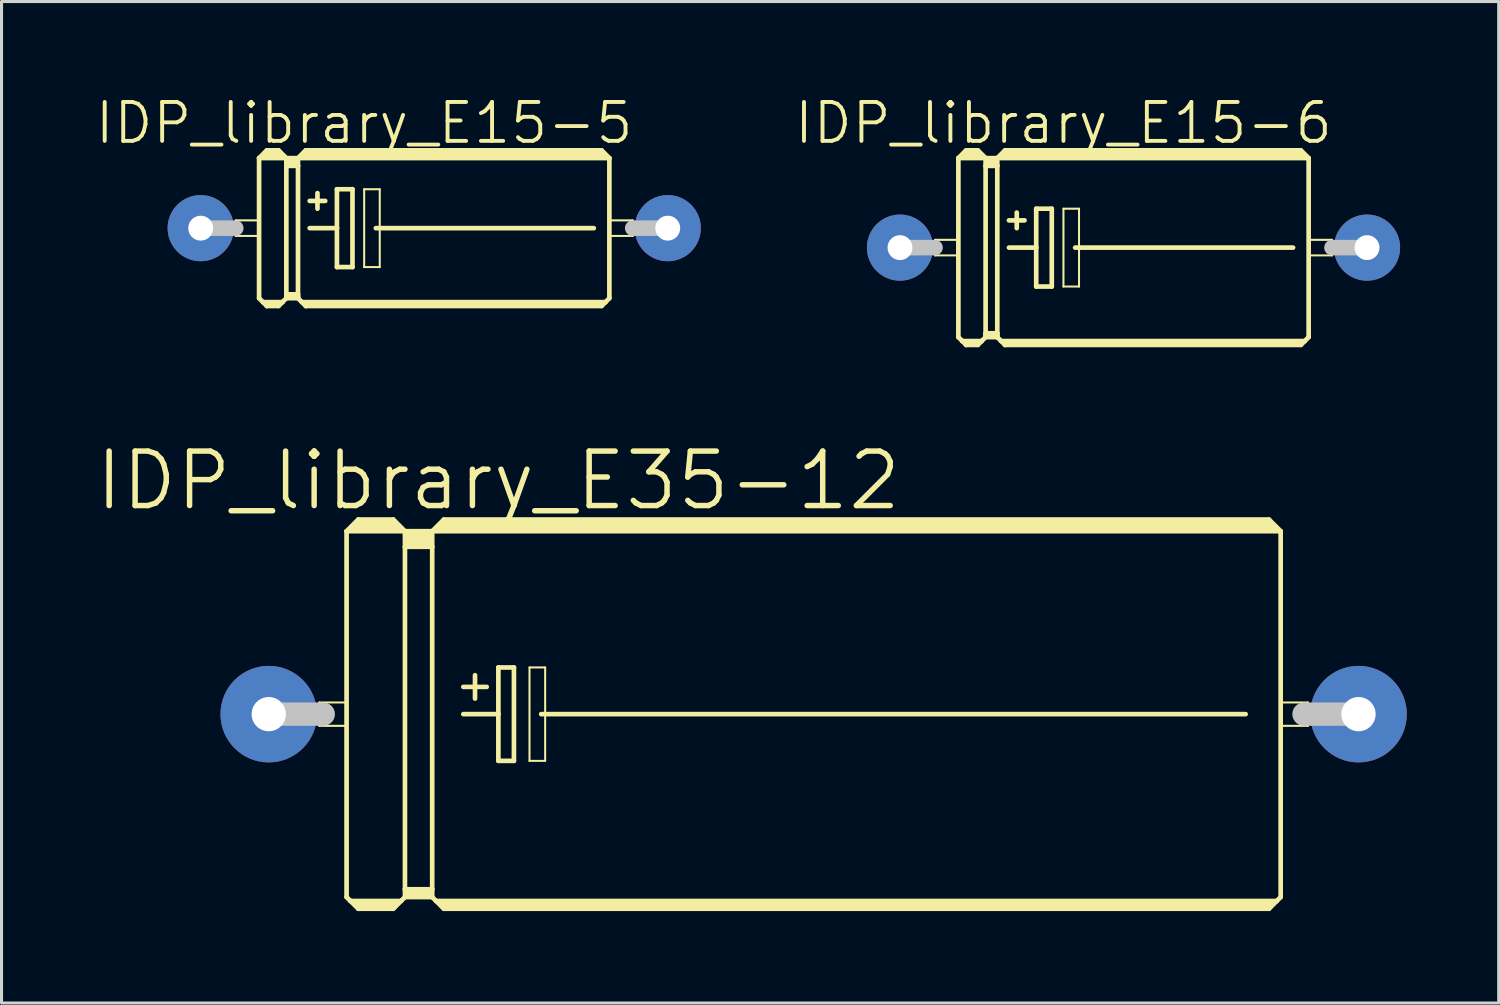
<source format=kicad_pcb>
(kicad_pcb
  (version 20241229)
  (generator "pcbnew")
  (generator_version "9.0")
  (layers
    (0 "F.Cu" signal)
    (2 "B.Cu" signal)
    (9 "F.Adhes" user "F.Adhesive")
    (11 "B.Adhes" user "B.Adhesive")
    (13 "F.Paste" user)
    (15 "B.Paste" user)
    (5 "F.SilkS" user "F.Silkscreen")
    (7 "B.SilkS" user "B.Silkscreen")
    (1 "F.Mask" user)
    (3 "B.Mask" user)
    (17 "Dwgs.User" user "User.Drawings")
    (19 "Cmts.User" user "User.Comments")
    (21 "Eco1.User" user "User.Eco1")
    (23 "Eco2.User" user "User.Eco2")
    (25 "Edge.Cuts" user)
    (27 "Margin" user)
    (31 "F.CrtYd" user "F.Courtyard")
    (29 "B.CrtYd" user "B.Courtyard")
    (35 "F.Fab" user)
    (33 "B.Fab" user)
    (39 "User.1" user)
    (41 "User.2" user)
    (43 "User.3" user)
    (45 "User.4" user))
  (footprint "IDP_library_E15-6"
    (layer "F.Cu")
    (at 33.937 5.03)
    (property "Reference" "IDP_library_E15-6" (at -2.286 -4.064 0) (layer "F.SilkS") (effects (font (size 1.27 1.27) (thickness 0.127))))
    (attr exclude_from_pos_files exclude_from_bom)
    (fp_line (start -6.477 -0.254) (end -5.715 -0.254) (stroke (width 0.066) (type solid)) (layer "F.SilkS"))
    (fp_line (start -6.477 0.254) (end -6.477 -0.254) (stroke (width 0.066) (type solid)) (layer "F.SilkS"))
    (fp_line (start -6.477 0.254) (end -5.715 0.254) (stroke (width 0.066) (type solid)) (layer "F.SilkS"))
    (fp_line (start -5.715 -2.921) (end -4.826 -2.921) (stroke (width 0.152) (type solid)) (layer "F.SilkS"))
    (fp_line (start -5.715 0.254) (end -5.715 -0.254) (stroke (width 0.066) (type solid)) (layer "F.SilkS"))
    (fp_line (start -5.715 2.921) (end -5.715 -2.921) (stroke (width 0.152) (type solid)) (layer "F.SilkS"))
    (fp_line (start -5.715 2.921) (end -5.588 3.048) (stroke (width 0.152) (type solid)) (layer "F.SilkS"))
    (fp_line (start -5.588 3.048) (end -5.461 3.175) (stroke (width 0.152) (type solid)) (layer "F.SilkS"))
    (fp_line (start -5.588 3.048) (end -4.953 3.048) (stroke (width 0.152) (type solid)) (layer "F.SilkS"))
    (fp_line (start -5.461 -3.175) (end -5.715 -2.921) (stroke (width 0.152) (type solid)) (layer "F.SilkS"))
    (fp_line (start -5.461 -3.175) (end -5.08 -3.175) (stroke (width 0.152) (type solid)) (layer "F.SilkS"))
    (fp_line (start -5.461 -3.048) (end -5.08 -3.048) (stroke (width 0.305) (type solid)) (layer "F.SilkS"))
    (fp_line (start -5.461 3.124) (end -5.461 3.175) (stroke (width 0.152) (type solid)) (layer "F.SilkS"))
    (fp_line (start -5.461 3.175) (end -5.08 3.175) (stroke (width 0.152) (type solid)) (layer "F.SilkS"))
    (fp_line (start -5.08 -3.175) (end -4.826 -2.921) (stroke (width 0.152) (type solid)) (layer "F.SilkS"))
    (fp_line (start -5.08 3.124) (end -5.461 3.124) (stroke (width 0.152) (type solid)) (layer "F.SilkS"))
    (fp_line (start -5.08 3.175) (end -4.953 3.048) (stroke (width 0.152) (type solid)) (layer "F.SilkS"))
    (fp_line (start -4.953 3.048) (end -4.826 2.921) (stroke (width 0.152) (type solid)) (layer "F.SilkS"))
    (fp_line (start -4.826 -2.921) (end -4.826 -2.667) (stroke (width 0.152) (type solid)) (layer "F.SilkS"))
    (fp_line (start -4.826 -2.921) (end -4.445 -2.921) (stroke (width 0.152) (type solid)) (layer "F.SilkS"))
    (fp_line (start -4.826 -2.667) (end -4.826 2.794) (stroke (width 0.152) (type solid)) (layer "F.SilkS"))
    (fp_line (start -4.826 -2.667) (end -4.445 -2.667) (stroke (width 0.152) (type solid)) (layer "F.SilkS"))
    (fp_line (start -4.826 2.794) (end -4.826 2.87) (stroke (width 0.152) (type solid)) (layer "F.SilkS"))
    (fp_line (start -4.826 2.794) (end -4.445 2.794) (stroke (width 0.152) (type solid)) (layer "F.SilkS"))
    (fp_line (start -4.826 2.87) (end -4.826 2.921) (stroke (width 0.152) (type solid)) (layer "F.SilkS"))
    (fp_line (start -4.826 2.921) (end -4.445 2.921) (stroke (width 0.152) (type solid)) (layer "F.SilkS"))
    (fp_line (start -4.699 -2.794) (end -4.572 -2.794) (stroke (width 0.305) (type solid)) (layer "F.SilkS"))
    (fp_line (start -4.445 -2.921) (end -4.445 -2.667) (stroke (width 0.152) (type solid)) (layer "F.SilkS"))
    (fp_line (start -4.445 -2.921) (end -4.191 -3.175) (stroke (width 0.152) (type solid)) (layer "F.SilkS"))
    (fp_line (start -4.445 -2.921) (end 5.715 -2.921) (stroke (width 0.152) (type solid)) (layer "F.SilkS"))
    (fp_line (start -4.445 -2.667) (end -4.445 2.794) (stroke (width 0.152) (type solid)) (layer "F.SilkS"))
    (fp_line (start -4.445 2.794) (end -4.445 2.87) (stroke (width 0.152) (type solid)) (layer "F.SilkS"))
    (fp_line (start -4.445 2.87) (end -4.826 2.87) (stroke (width 0.152) (type solid)) (layer "F.SilkS"))
    (fp_line (start -4.445 2.87) (end -4.445 2.921) (stroke (width 0.152) (type solid)) (layer "F.SilkS"))
    (fp_line (start -4.445 2.921) (end -4.318 3.048) (stroke (width 0.152) (type solid)) (layer "F.SilkS"))
    (fp_line (start -4.318 3.048) (end -4.191 3.175) (stroke (width 0.152) (type solid)) (layer "F.SilkS"))
    (fp_line (start -4.318 3.048) (end 5.588 3.048) (stroke (width 0.152) (type solid)) (layer "F.SilkS"))
    (fp_line (start -4.191 -3.175) (end 5.461 -3.175) (stroke (width 0.152) (type solid)) (layer "F.SilkS"))
    (fp_line (start -4.191 -3.048) (end 5.461 -3.048) (stroke (width 0.305) (type solid)) (layer "F.SilkS"))
    (fp_line (start -4.191 3.124) (end -4.191 3.175) (stroke (width 0.152) (type solid)) (layer "F.SilkS"))
    (fp_line (start -4.191 3.175) (end 5.461 3.175) (stroke (width 0.152) (type solid)) (layer "F.SilkS"))
    (fp_line (start -4.064 -0.889) (end -3.556 -0.889) (stroke (width 0.152) (type solid)) (layer "F.SilkS"))
    (fp_line (start -4.064 0) (end -3.175 0) (stroke (width 0.152) (type solid)) (layer "F.SilkS"))
    (fp_line (start -3.81 -1.143) (end -3.81 -0.635) (stroke (width 0.152) (type solid)) (layer "F.SilkS"))
    (fp_line (start -3.175 -1.27) (end -3.175 0) (stroke (width 0.152) (type solid)) (layer "F.SilkS"))
    (fp_line (start -3.175 0) (end -3.175 1.27) (stroke (width 0.152) (type solid)) (layer "F.SilkS"))
    (fp_line (start -3.175 1.27) (end -2.667 1.27) (stroke (width 0.152) (type solid)) (layer "F.SilkS"))
    (fp_line (start -2.667 -1.27) (end -3.175 -1.27) (stroke (width 0.152) (type solid)) (layer "F.SilkS"))
    (fp_line (start -2.667 1.27) (end -2.667 -1.27) (stroke (width 0.152) (type solid)) (layer "F.SilkS"))
    (fp_line (start -2.286 -1.27) (end -1.778 -1.27) (stroke (width 0.066) (type solid)) (layer "F.SilkS"))
    (fp_line (start -2.286 1.27) (end -2.286 -1.27) (stroke (width 0.066) (type solid)) (layer "F.SilkS"))
    (fp_line (start -2.286 1.27) (end -1.778 1.27) (stroke (width 0.066) (type solid)) (layer "F.SilkS"))
    (fp_line (start -1.905 0) (end 5.207 0) (stroke (width 0.152) (type solid)) (layer "F.SilkS"))
    (fp_line (start -1.778 1.27) (end -1.778 -1.27) (stroke (width 0.066) (type solid)) (layer "F.SilkS"))
    (fp_line (start 5.461 3.124) (end -4.191 3.124) (stroke (width 0.152) (type solid)) (layer "F.SilkS"))
    (fp_line (start 5.588 3.048) (end 5.461 3.175) (stroke (width 0.152) (type solid)) (layer "F.SilkS"))
    (fp_line (start 5.715 -2.921) (end 5.461 -3.175) (stroke (width 0.152) (type solid)) (layer "F.SilkS"))
    (fp_line (start 5.715 -2.921) (end 5.715 2.921) (stroke (width 0.152) (type solid)) (layer "F.SilkS"))
    (fp_line (start 5.715 -0.254) (end 6.477 -0.254) (stroke (width 0.066) (type solid)) (layer "F.SilkS"))
    (fp_line (start 5.715 0.254) (end 5.715 -0.254) (stroke (width 0.066) (type solid)) (layer "F.SilkS"))
    (fp_line (start 5.715 0.254) (end 6.477 0.254) (stroke (width 0.066) (type solid)) (layer "F.SilkS"))
    (fp_line (start 5.715 2.921) (end 5.588 3.048) (stroke (width 0.152) (type solid)) (layer "F.SilkS"))
    (fp_line (start 6.477 0.254) (end 6.477 -0.254) (stroke (width 0.066) (type solid)) (layer "F.SilkS"))
    (fp_line (start -7.62 0) (end -6.477 0) (stroke (width 0.508) (type solid)) (layer "Dwgs.User"))
    (fp_line (start 7.62 0) (end 6.477 0) (stroke (width 0.508) (type solid)) (layer "Dwgs.User"))
    (pad "+" thru_hole circle (at -7.62 0) (size 2.159 2.159) (drill 0.813) (layers "*.Cu" "*.Paste" "*.Mask"))
    (pad "-" thru_hole circle (at 7.62 0) (size 2.159 2.159) (drill 0.813) (layers "*.Cu" "*.Paste" "*.Mask")))
  (footprint "IDP_library_E35-12"
    (layer "F.Cu")
    (at 23.499 20.253)
    (property "Reference" "IDP_library_E35-12" (at -10.287 -7.62 0) (layer "F.SilkS") (effects (font (size 1.778 1.778) (thickness 0.178))))
    (attr exclude_from_pos_files exclude_from_bom)
    (fp_line (start -16.129 -0.381) (end -15.24 -0.381) (stroke (width 0.066) (type solid)) (layer "F.SilkS"))
    (fp_line (start -16.129 0.381) (end -16.129 -0.381) (stroke (width 0.066) (type solid)) (layer "F.SilkS"))
    (fp_line (start -16.129 0.381) (end -15.24 0.381) (stroke (width 0.066) (type solid)) (layer "F.SilkS"))
    (fp_line (start -15.24 -5.969) (end -15.24 5.969) (stroke (width 0.152) (type solid)) (layer "F.SilkS"))
    (fp_line (start -15.24 -5.969) (end -14.859 -6.35) (stroke (width 0.152) (type solid)) (layer "F.SilkS"))
    (fp_line (start -15.24 -5.969) (end -13.335 -5.969) (stroke (width 0.152) (type solid)) (layer "F.SilkS"))
    (fp_line (start -15.24 0.381) (end -15.24 -0.381) (stroke (width 0.066) (type solid)) (layer "F.SilkS"))
    (fp_line (start -15.24 5.969) (end -15.113 6.096) (stroke (width 0.152) (type solid)) (layer "F.SilkS"))
    (fp_line (start -15.113 6.096) (end -14.859 6.35) (stroke (width 0.152) (type solid)) (layer "F.SilkS"))
    (fp_line (start -15.113 6.096) (end -13.462 6.096) (stroke (width 0.152) (type solid)) (layer "F.SilkS"))
    (fp_line (start -14.986 -6.096) (end -13.589 -6.096) (stroke (width 0.305) (type solid)) (layer "F.SilkS"))
    (fp_line (start -14.859 -6.35) (end -13.716 -6.35) (stroke (width 0.152) (type solid)) (layer "F.SilkS"))
    (fp_line (start -14.859 -6.223) (end -13.716 -6.223) (stroke (width 0.305) (type solid)) (layer "F.SilkS"))
    (fp_line (start -14.859 6.223) (end -13.716 6.223) (stroke (width 0.305) (type solid)) (layer "F.SilkS"))
    (fp_line (start -14.859 6.35) (end -13.716 6.35) (stroke (width 0.152) (type solid)) (layer "F.SilkS"))
    (fp_line (start -13.462 6.096) (end -13.716 6.35) (stroke (width 0.152) (type solid)) (layer "F.SilkS"))
    (fp_line (start -13.335 -5.969) (end -13.716 -6.35) (stroke (width 0.152) (type solid)) (layer "F.SilkS"))
    (fp_line (start -13.335 -5.969) (end -13.335 -5.461) (stroke (width 0.152) (type solid)) (layer "F.SilkS"))
    (fp_line (start -13.335 -5.969) (end -12.446 -5.969) (stroke (width 0.152) (type solid)) (layer "F.SilkS"))
    (fp_line (start -13.335 -5.461) (end -13.335 5.715) (stroke (width 0.152) (type solid)) (layer "F.SilkS"))
    (fp_line (start -13.335 -5.461) (end -12.446 -5.461) (stroke (width 0.152) (type solid)) (layer "F.SilkS"))
    (fp_line (start -13.335 5.715) (end -13.335 5.969) (stroke (width 0.152) (type solid)) (layer "F.SilkS"))
    (fp_line (start -13.335 5.715) (end -12.446 5.715) (stroke (width 0.152) (type solid)) (layer "F.SilkS"))
    (fp_line (start -13.335 5.969) (end -13.462 6.096) (stroke (width 0.152) (type solid)) (layer "F.SilkS"))
    (fp_line (start -13.335 5.969) (end -12.446 5.969) (stroke (width 0.152) (type solid)) (layer "F.SilkS"))
    (fp_line (start -13.208 -5.842) (end -12.573 -5.842) (stroke (width 0.305) (type solid)) (layer "F.SilkS"))
    (fp_line (start -13.208 -5.588) (end -12.573 -5.588) (stroke (width 0.305) (type solid)) (layer "F.SilkS"))
    (fp_line (start -13.208 5.842) (end -12.573 5.842) (stroke (width 0.305) (type solid)) (layer "F.SilkS"))
    (fp_line (start -12.446 -5.969) (end -12.446 -5.461) (stroke (width 0.152) (type solid)) (layer "F.SilkS"))
    (fp_line (start -12.446 -5.969) (end -12.065 -6.35) (stroke (width 0.152) (type solid)) (layer "F.SilkS"))
    (fp_line (start -12.446 -5.969) (end 15.24 -5.969) (stroke (width 0.152) (type solid)) (layer "F.SilkS"))
    (fp_line (start -12.446 -5.461) (end -12.446 5.715) (stroke (width 0.152) (type solid)) (layer "F.SilkS"))
    (fp_line (start -12.446 5.715) (end -12.446 5.969) (stroke (width 0.152) (type solid)) (layer "F.SilkS"))
    (fp_line (start -12.319 6.096) (end -12.446 5.969) (stroke (width 0.152) (type solid)) (layer "F.SilkS"))
    (fp_line (start -12.319 6.096) (end 15.113 6.096) (stroke (width 0.152) (type solid)) (layer "F.SilkS"))
    (fp_line (start -12.192 -6.096) (end 14.986 -6.096) (stroke (width 0.305) (type solid)) (layer "F.SilkS"))
    (fp_line (start -12.065 -6.223) (end 14.859 -6.223) (stroke (width 0.305) (type solid)) (layer "F.SilkS"))
    (fp_line (start -12.065 6.223) (end 14.859 6.223) (stroke (width 0.305) (type solid)) (layer "F.SilkS"))
    (fp_line (start -12.065 6.35) (end -12.319 6.096) (stroke (width 0.152) (type solid)) (layer "F.SilkS"))
    (fp_line (start -11.43 -0.889) (end -10.668 -0.889) (stroke (width 0.152) (type solid)) (layer "F.SilkS"))
    (fp_line (start -11.43 0) (end -10.287 0) (stroke (width 0.152) (type solid)) (layer "F.SilkS"))
    (fp_line (start -11.049 -1.27) (end -11.049 -0.508) (stroke (width 0.152) (type solid)) (layer "F.SilkS"))
    (fp_line (start -10.287 -1.524) (end -10.287 0) (stroke (width 0.152) (type solid)) (layer "F.SilkS"))
    (fp_line (start -10.287 0) (end -10.287 1.524) (stroke (width 0.152) (type solid)) (layer "F.SilkS"))
    (fp_line (start -10.287 1.524) (end -9.779 1.524) (stroke (width 0.152) (type solid)) (layer "F.SilkS"))
    (fp_line (start -9.779 -1.524) (end -10.287 -1.524) (stroke (width 0.152) (type solid)) (layer "F.SilkS"))
    (fp_line (start -9.779 1.524) (end -9.779 -1.524) (stroke (width 0.152) (type solid)) (layer "F.SilkS"))
    (fp_line (start -9.271 -1.524) (end -8.76 -1.524) (stroke (width 0.066) (type solid)) (layer "F.SilkS"))
    (fp_line (start -9.271 1.524) (end -9.271 -1.524) (stroke (width 0.066) (type solid)) (layer "F.SilkS"))
    (fp_line (start -9.271 1.524) (end -8.76 1.524) (stroke (width 0.066) (type solid)) (layer "F.SilkS"))
    (fp_line (start -8.89 0) (end 14.097 0) (stroke (width 0.152) (type solid)) (layer "F.SilkS"))
    (fp_line (start -8.76 1.524) (end -8.76 -1.524) (stroke (width 0.066) (type solid)) (layer "F.SilkS"))
    (fp_line (start 14.859 -6.35) (end -12.065 -6.35) (stroke (width 0.152) (type solid)) (layer "F.SilkS"))
    (fp_line (start 14.859 6.35) (end -12.065 6.35) (stroke (width 0.152) (type solid)) (layer "F.SilkS"))
    (fp_line (start 15.113 6.096) (end 14.859 6.35) (stroke (width 0.152) (type solid)) (layer "F.SilkS"))
    (fp_line (start 15.24 -5.969) (end 14.859 -6.35) (stroke (width 0.152) (type solid)) (layer "F.SilkS"))
    (fp_line (start 15.24 -5.969) (end 15.24 5.969) (stroke (width 0.152) (type solid)) (layer "F.SilkS"))
    (fp_line (start 15.24 -0.381) (end 16.129 -0.381) (stroke (width 0.066) (type solid)) (layer "F.SilkS"))
    (fp_line (start 15.24 0.381) (end 15.24 -0.381) (stroke (width 0.066) (type solid)) (layer "F.SilkS"))
    (fp_line (start 15.24 0.381) (end 16.129 0.381) (stroke (width 0.066) (type solid)) (layer "F.SilkS"))
    (fp_line (start 15.24 5.969) (end 15.113 6.096) (stroke (width 0.152) (type solid)) (layer "F.SilkS"))
    (fp_line (start 16.129 0.381) (end 16.129 -0.381) (stroke (width 0.066) (type solid)) (layer "F.SilkS"))
    (fp_line (start -17.78 0) (end -16.002 0) (stroke (width 0.762) (type solid)) (layer "Dwgs.User"))
    (fp_line (start 17.78 0) (end 16.002 0) (stroke (width 0.762) (type solid)) (layer "Dwgs.User"))
    (pad "+" thru_hole circle (at -17.78 0) (size 3.15 3.15) (drill 1.118) (layers "*.Cu" "*.Paste" "*.Mask"))
    (pad "-" thru_hole circle (at 17.78 0) (size 3.15 3.15) (drill 1.118) (layers "*.Cu" "*.Paste" "*.Mask")))
  (footprint "IDP_library_E15-5"
    (layer "F.Cu")
    (at 11.119 4.395)
    (property "Reference" "IDP_library_E15-5" (at -2.286 -3.429 0) (layer "F.SilkS") (effects (font (size 1.27 1.27) (thickness 0.127))))
    (attr exclude_from_pos_files exclude_from_bom)
    (fp_line (start -6.477 -0.254) (end -5.715 -0.254) (stroke (width 0.066) (type solid)) (layer "F.SilkS"))
    (fp_line (start -6.477 0.254) (end -6.477 -0.254) (stroke (width 0.066) (type solid)) (layer "F.SilkS"))
    (fp_line (start -6.477 0.254) (end -5.715 0.254) (stroke (width 0.066) (type solid)) (layer "F.SilkS"))
    (fp_line (start -5.715 -2.286) (end -4.826 -2.286) (stroke (width 0.152) (type solid)) (layer "F.SilkS"))
    (fp_line (start -5.715 0.254) (end -5.715 -0.254) (stroke (width 0.066) (type solid)) (layer "F.SilkS"))
    (fp_line (start -5.715 2.286) (end -5.715 -2.286) (stroke (width 0.152) (type solid)) (layer "F.SilkS"))
    (fp_line (start -5.715 2.286) (end -5.588 2.413) (stroke (width 0.152) (type solid)) (layer "F.SilkS"))
    (fp_line (start -5.588 2.413) (end -5.461 2.54) (stroke (width 0.152) (type solid)) (layer "F.SilkS"))
    (fp_line (start -5.588 2.413) (end -4.953 2.413) (stroke (width 0.152) (type solid)) (layer "F.SilkS"))
    (fp_line (start -5.461 -2.54) (end -5.715 -2.286) (stroke (width 0.152) (type solid)) (layer "F.SilkS"))
    (fp_line (start -5.461 -2.54) (end -5.08 -2.54) (stroke (width 0.152) (type solid)) (layer "F.SilkS"))
    (fp_line (start -5.461 -2.413) (end -5.08 -2.413) (stroke (width 0.305) (type solid)) (layer "F.SilkS"))
    (fp_line (start -5.461 2.489) (end -5.461 2.54) (stroke (width 0.152) (type solid)) (layer "F.SilkS"))
    (fp_line (start -5.461 2.54) (end -5.08 2.54) (stroke (width 0.152) (type solid)) (layer "F.SilkS"))
    (fp_line (start -5.08 -2.54) (end -4.826 -2.286) (stroke (width 0.152) (type solid)) (layer "F.SilkS"))
    (fp_line (start -5.08 2.489) (end -5.461 2.489) (stroke (width 0.152) (type solid)) (layer "F.SilkS"))
    (fp_line (start -5.08 2.54) (end -4.953 2.413) (stroke (width 0.152) (type solid)) (layer "F.SilkS"))
    (fp_line (start -4.953 2.413) (end -4.826 2.286) (stroke (width 0.152) (type solid)) (layer "F.SilkS"))
    (fp_line (start -4.826 -2.286) (end -4.826 -2.032) (stroke (width 0.152) (type solid)) (layer "F.SilkS"))
    (fp_line (start -4.826 -2.286) (end -4.445 -2.286) (stroke (width 0.152) (type solid)) (layer "F.SilkS"))
    (fp_line (start -4.826 -2.032) (end -4.826 2.159) (stroke (width 0.152) (type solid)) (layer "F.SilkS"))
    (fp_line (start -4.826 -2.032) (end -4.445 -2.032) (stroke (width 0.152) (type solid)) (layer "F.SilkS"))
    (fp_line (start -4.826 2.159) (end -4.826 2.235) (stroke (width 0.152) (type solid)) (layer "F.SilkS"))
    (fp_line (start -4.826 2.159) (end -4.445 2.159) (stroke (width 0.152) (type solid)) (layer "F.SilkS"))
    (fp_line (start -4.826 2.235) (end -4.826 2.286) (stroke (width 0.152) (type solid)) (layer "F.SilkS"))
    (fp_line (start -4.826 2.286) (end -4.445 2.286) (stroke (width 0.152) (type solid)) (layer "F.SilkS"))
    (fp_line (start -4.699 -2.159) (end -4.572 -2.159) (stroke (width 0.305) (type solid)) (layer "F.SilkS"))
    (fp_line (start -4.445 -2.286) (end -4.445 -2.032) (stroke (width 0.152) (type solid)) (layer "F.SilkS"))
    (fp_line (start -4.445 -2.286) (end -4.191 -2.54) (stroke (width 0.152) (type solid)) (layer "F.SilkS"))
    (fp_line (start -4.445 -2.286) (end 5.715 -2.286) (stroke (width 0.152) (type solid)) (layer "F.SilkS"))
    (fp_line (start -4.445 -2.032) (end -4.445 2.159) (stroke (width 0.152) (type solid)) (layer "F.SilkS"))
    (fp_line (start -4.445 2.159) (end -4.445 2.235) (stroke (width 0.152) (type solid)) (layer "F.SilkS"))
    (fp_line (start -4.445 2.235) (end -4.826 2.235) (stroke (width 0.152) (type solid)) (layer "F.SilkS"))
    (fp_line (start -4.445 2.235) (end -4.445 2.286) (stroke (width 0.152) (type solid)) (layer "F.SilkS"))
    (fp_line (start -4.445 2.286) (end -4.318 2.413) (stroke (width 0.152) (type solid)) (layer "F.SilkS"))
    (fp_line (start -4.318 2.413) (end -4.191 2.54) (stroke (width 0.152) (type solid)) (layer "F.SilkS"))
    (fp_line (start -4.318 2.413) (end 5.588 2.413) (stroke (width 0.152) (type solid)) (layer "F.SilkS"))
    (fp_line (start -4.191 -2.54) (end 5.461 -2.54) (stroke (width 0.152) (type solid)) (layer "F.SilkS"))
    (fp_line (start -4.191 -2.413) (end 5.461 -2.413) (stroke (width 0.305) (type solid)) (layer "F.SilkS"))
    (fp_line (start -4.191 2.489) (end -4.191 2.54) (stroke (width 0.152) (type solid)) (layer "F.SilkS"))
    (fp_line (start -4.191 2.54) (end 5.461 2.54) (stroke (width 0.152) (type solid)) (layer "F.SilkS"))
    (fp_line (start -4.064 -0.889) (end -3.556 -0.889) (stroke (width 0.152) (type solid)) (layer "F.SilkS"))
    (fp_line (start -4.064 0) (end -3.175 0) (stroke (width 0.152) (type solid)) (layer "F.SilkS"))
    (fp_line (start -3.81 -1.143) (end -3.81 -0.635) (stroke (width 0.152) (type solid)) (layer "F.SilkS"))
    (fp_line (start -3.175 -1.27) (end -3.175 0) (stroke (width 0.152) (type solid)) (layer "F.SilkS"))
    (fp_line (start -3.175 0) (end -3.175 1.27) (stroke (width 0.152) (type solid)) (layer "F.SilkS"))
    (fp_line (start -3.175 1.27) (end -2.667 1.27) (stroke (width 0.152) (type solid)) (layer "F.SilkS"))
    (fp_line (start -2.667 -1.27) (end -3.175 -1.27) (stroke (width 0.152) (type solid)) (layer "F.SilkS"))
    (fp_line (start -2.667 1.27) (end -2.667 -1.27) (stroke (width 0.152) (type solid)) (layer "F.SilkS"))
    (fp_line (start -2.286 -1.27) (end -1.778 -1.27) (stroke (width 0.066) (type solid)) (layer "F.SilkS"))
    (fp_line (start -2.286 1.27) (end -2.286 -1.27) (stroke (width 0.066) (type solid)) (layer "F.SilkS"))
    (fp_line (start -2.286 1.27) (end -1.778 1.27) (stroke (width 0.066) (type solid)) (layer "F.SilkS"))
    (fp_line (start -1.905 0) (end 5.207 0) (stroke (width 0.152) (type solid)) (layer "F.SilkS"))
    (fp_line (start -1.778 1.27) (end -1.778 -1.27) (stroke (width 0.066) (type solid)) (layer "F.SilkS"))
    (fp_line (start 5.461 2.489) (end -4.191 2.489) (stroke (width 0.152) (type solid)) (layer "F.SilkS"))
    (fp_line (start 5.588 2.413) (end 5.461 2.54) (stroke (width 0.152) (type solid)) (layer "F.SilkS"))
    (fp_line (start 5.715 -2.286) (end 5.461 -2.54) (stroke (width 0.152) (type solid)) (layer "F.SilkS"))
    (fp_line (start 5.715 -2.286) (end 5.715 2.286) (stroke (width 0.152) (type solid)) (layer "F.SilkS"))
    (fp_line (start 5.715 -0.254) (end 6.477 -0.254) (stroke (width 0.066) (type solid)) (layer "F.SilkS"))
    (fp_line (start 5.715 0.254) (end 5.715 -0.254) (stroke (width 0.066) (type solid)) (layer "F.SilkS"))
    (fp_line (start 5.715 0.254) (end 6.477 0.254) (stroke (width 0.066) (type solid)) (layer "F.SilkS"))
    (fp_line (start 5.715 2.286) (end 5.588 2.413) (stroke (width 0.152) (type solid)) (layer "F.SilkS"))
    (fp_line (start 6.477 0.254) (end 6.477 -0.254) (stroke (width 0.066) (type solid)) (layer "F.SilkS"))
    (fp_line (start -7.62 0) (end -6.477 0) (stroke (width 0.508) (type solid)) (layer "Dwgs.User"))
    (fp_line (start 7.62 0) (end 6.477 0) (stroke (width 0.508) (type solid)) (layer "Dwgs.User"))
    (pad "+" thru_hole circle (at -7.62 0) (size 2.159 2.159) (drill 0.813) (layers "*.Cu" "*.Paste" "*.Mask"))
    (pad "-" thru_hole circle (at 7.62 0) (size 2.159 2.159) (drill 0.813) (layers "*.Cu" "*.Paste" "*.Mask")))
  (gr_rect
    (start -3 -3)
    (end 45.854 29.679)
    (stroke (width 0.1) (type default))
    (fill no)
    (layer "Edge.Cuts")))
</source>
